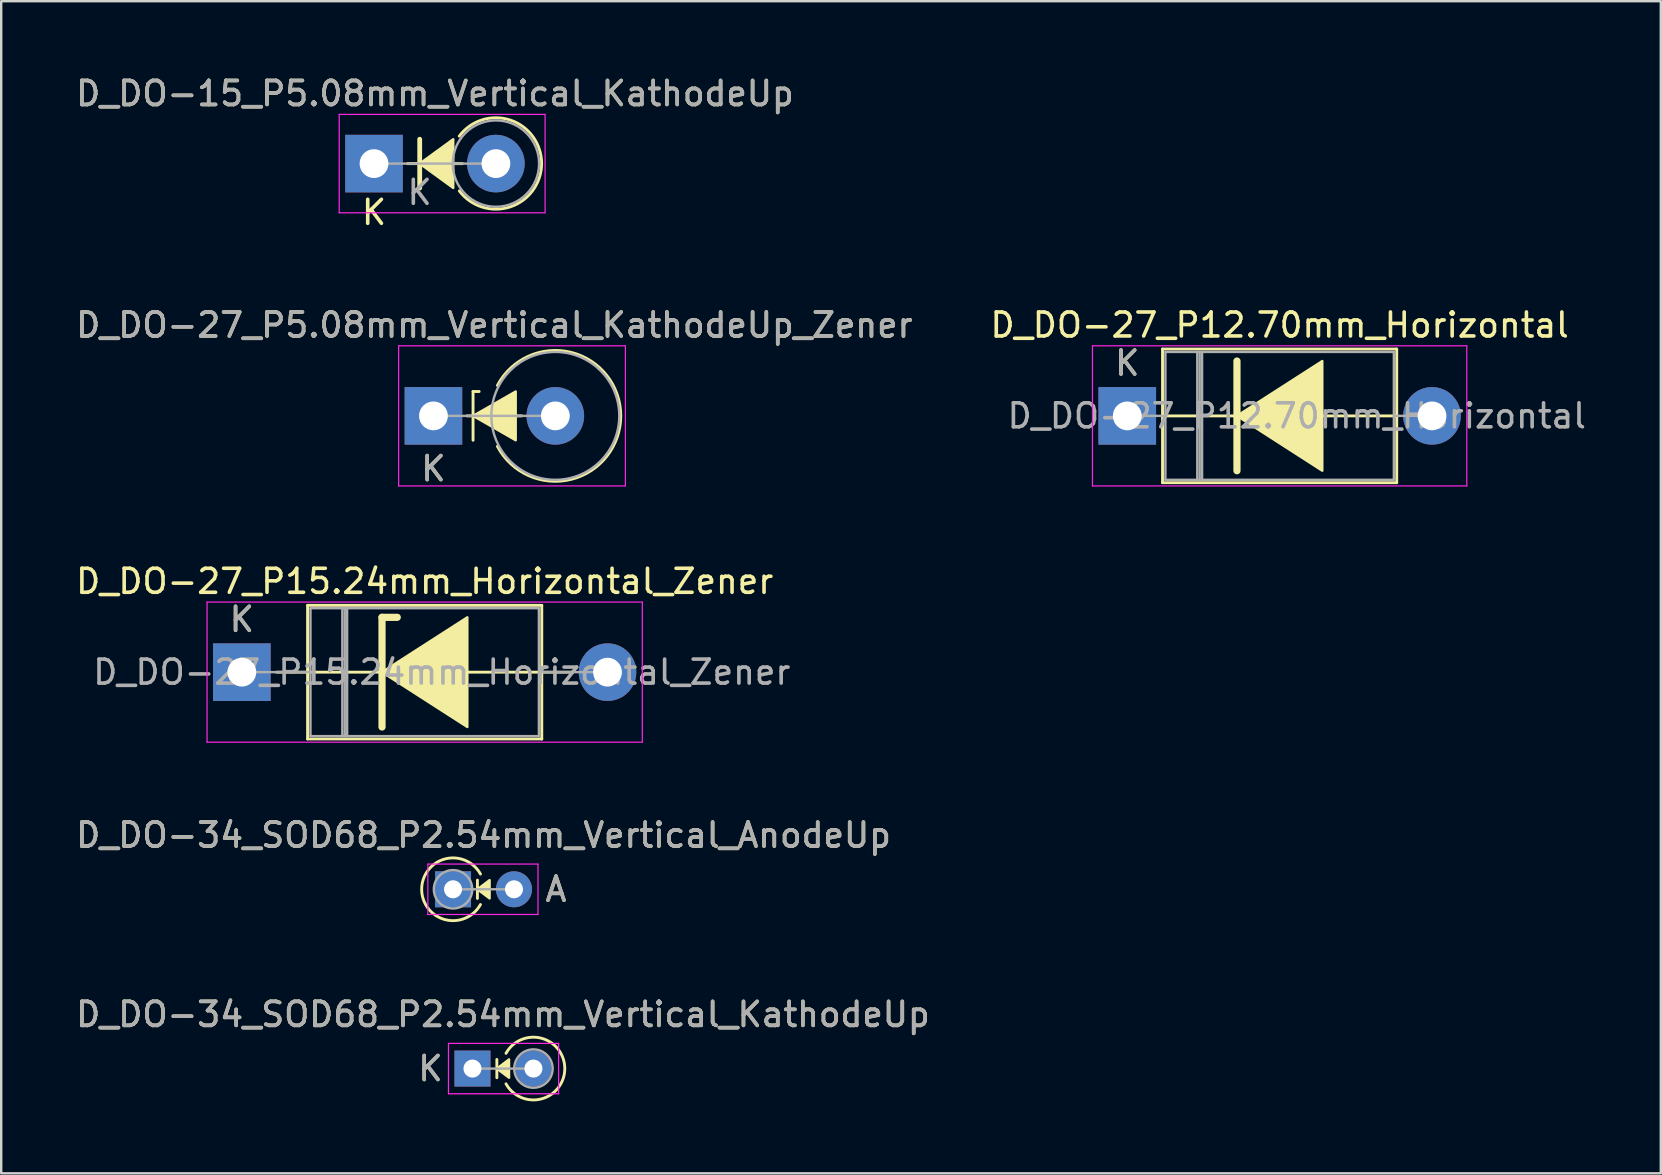
<source format=kicad_pcb>
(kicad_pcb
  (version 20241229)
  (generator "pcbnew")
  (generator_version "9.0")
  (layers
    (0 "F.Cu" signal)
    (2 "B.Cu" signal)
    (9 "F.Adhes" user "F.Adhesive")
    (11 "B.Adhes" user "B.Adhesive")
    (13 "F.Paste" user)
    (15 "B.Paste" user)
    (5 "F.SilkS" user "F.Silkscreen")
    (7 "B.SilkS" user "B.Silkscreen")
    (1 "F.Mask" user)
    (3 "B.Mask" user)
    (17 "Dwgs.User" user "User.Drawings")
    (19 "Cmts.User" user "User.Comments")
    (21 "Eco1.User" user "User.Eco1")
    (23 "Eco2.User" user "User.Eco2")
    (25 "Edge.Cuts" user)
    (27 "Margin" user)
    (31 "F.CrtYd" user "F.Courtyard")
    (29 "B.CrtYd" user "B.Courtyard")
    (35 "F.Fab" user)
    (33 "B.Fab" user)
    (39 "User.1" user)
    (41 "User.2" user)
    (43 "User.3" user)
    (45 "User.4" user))
  (footprint "D_DO-27_P5.08mm_Vertical_KathodeUp_Zener"
    (layer "F.Cu")
    (at 15.014 14.282)
    (property "Reference" "D_DO-27_P5.08mm_Vertical_KathodeUp_Zener" (at 2.54 -3.785 0) (layer "F.SilkS") (effects (font (size 1 1) (thickness 0.15))))
    (attr through_hole)
    (fp_line (start 1.397 0) (end 3.683 0) (stroke (width 0.12) (type solid)) (layer "F.SilkS"))
    (fp_line (start 1.651 -1.016) (end 1.651 1.016) (stroke (width 0.12) (type solid)) (layer "F.SilkS"))
    (fp_line (start 1.651 -1.016) (end 1.905 -1.016) (stroke (width 0.12) (type solid)) (layer "F.SilkS"))
    (fp_arc (start 2.667001 -1.27) (mid 7.806805 0) (end 2.667001 1.269999) (stroke (width 0.12) (type solid)) (layer "F.SilkS"))
    (fp_poly (pts (xy 3.429 1.016) (xy 1.651 0) (xy 3.429 -1.016)) (stroke (width 0.1) (type solid)) (fill yes) (layer "F.SilkS"))
    (fp_line (start -1.45 -2.92) (end -1.45 2.92) (stroke (width 0.05) (type solid)) (layer "F.CrtYd"))
    (fp_line (start -1.45 2.92) (end 8 2.92) (stroke (width 0.05) (type solid)) (layer "F.CrtYd"))
    (fp_line (start 8 -2.92) (end -1.45 -2.92) (stroke (width 0.05) (type solid)) (layer "F.CrtYd"))
    (fp_line (start 8 2.92) (end 8 -2.92) (stroke (width 0.05) (type solid)) (layer "F.CrtYd"))
    (fp_line (start 0 0) (end 5.08 0) (stroke (width 0.1) (type solid)) (layer "F.Fab"))
    (fp_circle (center 5.08 0) (end 7.745 0) (stroke (width 0.1) (type solid)) (fill no) (layer "F.Fab"))
    (fp_text user "K" (at 0 2.2 0) (layer "F.SilkS") (effects (font (size 1 1) (thickness 0.15))))
    (fp_text user "K" (at 0 2.2 0) (layer "F.Fab") (effects (font (size 1 1) (thickness 0.15))))
    (fp_text user "${REFERENCE}" (at 2.54 -3.785 0) (layer "F.Fab") (effects (font (size 1 1) (thickness 0.15))))
    (pad "1" thru_hole rect (at 0 0) (size 2.4 2.4) (drill 1.2) (layers "*.Cu" "*.Mask"))
    (pad "2" thru_hole oval (at 5.08 0) (size 2.4 2.4) (drill 1.2) (layers "*.Cu" "*.Mask")))
  (footprint "D_DO-27_P15.24mm_Horizontal_Zener"
    (layer "F.Cu")
    (at 7.029 24.963)
    (property "Reference" "D_DO-27_P15.24mm_Horizontal_Zener" (at 7.62 -3.785 0) (layer "F.SilkS") (effects (font (size 1 1) (thickness 0.15))))
    (attr through_hole)
    (fp_line (start 1.44 0) (end 2.74 0) (stroke (width 0.12) (type solid)) (layer "F.SilkS"))
    (fp_line (start 2.74 -2.785) (end 2.74 2.785) (stroke (width 0.12) (type solid)) (layer "F.SilkS"))
    (fp_line (start 2.74 2.785) (end 12.5 2.785) (stroke (width 0.12) (type solid)) (layer "F.SilkS"))
    (fp_line (start 5.842 -2.286) (end 5.842 2.286) (stroke (width 0.3) (type solid)) (layer "F.SilkS"))
    (fp_line (start 5.842 -2.286) (end 6.477 -2.286) (stroke (width 0.3) (type solid)) (layer "F.SilkS"))
    (fp_line (start 5.842 0) (end 2.74 0) (stroke (width 0.12) (type solid)) (layer "F.SilkS"))
    (fp_line (start 9.271 0) (end 12.5 0) (stroke (width 0.12) (type solid)) (layer "F.SilkS"))
    (fp_line (start 12.5 -2.785) (end 2.74 -2.785) (stroke (width 0.12) (type solid)) (layer "F.SilkS"))
    (fp_line (start 12.5 2.785) (end 12.5 -2.785) (stroke (width 0.12) (type solid)) (layer "F.SilkS"))
    (fp_line (start 13.8 0) (end 12.5 0) (stroke (width 0.12) (type solid)) (layer "F.SilkS"))
    (fp_poly (pts (xy 9.398 2.286) (xy 5.842 0) (xy 9.398 -2.286)) (stroke (width 0.1) (type solid)) (fill yes) (layer "F.SilkS"))
    (fp_line (start -1.45 -2.92) (end -1.45 2.92) (stroke (width 0.05) (type solid)) (layer "F.CrtYd"))
    (fp_line (start -1.45 2.92) (end 16.69 2.92) (stroke (width 0.05) (type solid)) (layer "F.CrtYd"))
    (fp_line (start 16.69 -2.92) (end -1.45 -2.92) (stroke (width 0.05) (type solid)) (layer "F.CrtYd"))
    (fp_line (start 16.69 2.92) (end 16.69 -2.92) (stroke (width 0.05) (type solid)) (layer "F.CrtYd"))
    (fp_line (start 0 0) (end 2.86 0) (stroke (width 0.1) (type solid)) (layer "F.Fab"))
    (fp_line (start 2.86 -2.665) (end 2.86 2.665) (stroke (width 0.1) (type solid)) (layer "F.Fab"))
    (fp_line (start 2.86 2.665) (end 12.38 2.665) (stroke (width 0.1) (type solid)) (layer "F.Fab"))
    (fp_line (start 4.188 -2.665) (end 4.188 2.665) (stroke (width 0.1) (type solid)) (layer "F.Fab"))
    (fp_line (start 4.288 -2.665) (end 4.288 2.665) (stroke (width 0.1) (type solid)) (layer "F.Fab"))
    (fp_line (start 4.388 -2.665) (end 4.388 2.665) (stroke (width 0.1) (type solid)) (layer "F.Fab"))
    (fp_line (start 12.38 -2.665) (end 2.86 -2.665) (stroke (width 0.1) (type solid)) (layer "F.Fab"))
    (fp_line (start 12.38 2.665) (end 12.38 -2.665) (stroke (width 0.1) (type solid)) (layer "F.Fab"))
    (fp_line (start 15.24 0) (end 12.38 0) (stroke (width 0.1) (type solid)) (layer "F.Fab"))
    (fp_text user "K" (at 0 -2.2 0) (layer "F.SilkS") (effects (font (size 1 1) (thickness 0.15))))
    (fp_text user "K" (at 0 -2.2 0) (layer "F.Fab") (effects (font (size 1 1) (thickness 0.15))))
    (fp_text user "${REFERENCE}" (at 8.334 0 0) (layer "F.Fab") (effects (font (size 1 1) (thickness 0.15))))
    (pad "1" thru_hole rect (at 0 0) (size 2.4 2.4) (drill 1.2) (layers "*.Cu" "*.Mask"))
    (pad "2" thru_hole oval (at 15.24 0) (size 2.4 2.4) (drill 1.2) (layers "*.Cu" "*.Mask")))
  (footprint "D_DO-34_SOD68_P2.54mm_Vertical_KathodeUp"
    (layer "F.Cu")
    (at 16.641 41.484)
    (property "Reference" "D_DO-34_SOD68_P2.54mm_Vertical_KathodeUp" (at 1.27 -2.256 0) (layer "F.SilkS") (effects (font (size 1 1) (thickness 0.15))))
    (attr through_hole)
    (fp_line (start 1.016 -0.381) (end 1.016 0.381) (stroke (width 0.12) (type solid)) (layer "F.SilkS"))
    (fp_arc (start 1.397 -0.635) (mid 3.847543 0) (end 1.397 0.634999) (stroke (width 0.12) (type solid)) (layer "F.SilkS"))
    (fp_poly (pts (xy 1.524 0.381) (xy 1.016 0) (xy 1.524 -0.381)) (stroke (width 0.1) (type solid)) (fill yes) (layer "F.SilkS"))
    (fp_line (start -1 -1.05) (end -1 1.05) (stroke (width 0.05) (type solid)) (layer "F.CrtYd"))
    (fp_line (start -1 1.05) (end 3.59 1.05) (stroke (width 0.05) (type solid)) (layer "F.CrtYd"))
    (fp_line (start 3.59 -1.05) (end -1 -1.05) (stroke (width 0.05) (type solid)) (layer "F.CrtYd"))
    (fp_line (start 3.59 1.05) (end 3.59 -1.05) (stroke (width 0.05) (type solid)) (layer "F.CrtYd"))
    (fp_line (start 0 0) (end 2.54 0) (stroke (width 0.1) (type solid)) (layer "F.Fab"))
    (fp_circle (center 2.54 0) (end 3.34 0) (stroke (width 0.1) (type solid)) (fill no) (layer "F.Fab"))
    (fp_text user "K" (at -1.75 0 0) (layer "F.SilkS") (effects (font (size 1 1) (thickness 0.15))))
    (fp_text user "K" (at -1.75 0 0) (layer "F.Fab") (effects (font (size 1 1) (thickness 0.15))))
    (fp_text user "${REFERENCE}" (at 1.27 -2.256 0) (layer "F.Fab") (effects (font (size 1 1) (thickness 0.15))))
    (pad "1" thru_hole rect (at 0 0) (size 1.5 1.5) (drill 0.75) (layers "*.Cu" "*.Mask"))
    (pad "2" thru_hole oval (at 2.54 0) (size 1.5 1.5) (drill 0.75) (layers "*.Cu" "*.Mask")))
  (footprint "D_DO-27_P12.70mm_Horizontal"
    (layer "F.Cu")
    (at 43.93 14.282)
    (property "Reference" "D_DO-27_P12.70mm_Horizontal" (at 6.35 -3.785 0) (layer "F.SilkS") (effects (font (size 1 1) (thickness 0.15))))
    (attr through_hole)
    (fp_line (start 1.44 0) (end 1.47 0) (stroke (width 0.12) (type solid)) (layer "F.SilkS"))
    (fp_line (start 1.47 -2.785) (end 1.47 2.785) (stroke (width 0.12) (type solid)) (layer "F.SilkS"))
    (fp_line (start 1.47 2.785) (end 11.23 2.785) (stroke (width 0.12) (type solid)) (layer "F.SilkS"))
    (fp_line (start 4.572 -2.286) (end 4.572 2.286) (stroke (width 0.3) (type solid)) (layer "F.SilkS"))
    (fp_line (start 4.572 0) (end 1.47 0) (stroke (width 0.12) (type solid)) (layer "F.SilkS"))
    (fp_line (start 8.001 0) (end 11.23 0) (stroke (width 0.12) (type solid)) (layer "F.SilkS"))
    (fp_line (start 11.23 -2.785) (end 1.47 -2.785) (stroke (width 0.12) (type solid)) (layer "F.SilkS"))
    (fp_line (start 11.23 2.785) (end 11.23 -2.785) (stroke (width 0.12) (type solid)) (layer "F.SilkS"))
    (fp_line (start 11.26 0) (end 11.23 0) (stroke (width 0.12) (type solid)) (layer "F.SilkS"))
    (fp_poly (pts (xy 8.128 2.286) (xy 4.572 0) (xy 8.128 -2.286)) (stroke (width 0.1) (type solid)) (fill yes) (layer "F.SilkS"))
    (fp_line (start -1.45 -2.92) (end -1.45 2.92) (stroke (width 0.05) (type solid)) (layer "F.CrtYd"))
    (fp_line (start -1.45 2.92) (end 14.15 2.92) (stroke (width 0.05) (type solid)) (layer "F.CrtYd"))
    (fp_line (start 14.15 -2.92) (end -1.45 -2.92) (stroke (width 0.05) (type solid)) (layer "F.CrtYd"))
    (fp_line (start 14.15 2.92) (end 14.15 -2.92) (stroke (width 0.05) (type solid)) (layer "F.CrtYd"))
    (fp_line (start 0 0) (end 1.59 0) (stroke (width 0.1) (type solid)) (layer "F.Fab"))
    (fp_line (start 1.59 -2.665) (end 1.59 2.665) (stroke (width 0.1) (type solid)) (layer "F.Fab"))
    (fp_line (start 1.59 2.665) (end 11.11 2.665) (stroke (width 0.1) (type solid)) (layer "F.Fab"))
    (fp_line (start 2.918 -2.665) (end 2.918 2.665) (stroke (width 0.1) (type solid)) (layer "F.Fab"))
    (fp_line (start 3.018 -2.665) (end 3.018 2.665) (stroke (width 0.1) (type solid)) (layer "F.Fab"))
    (fp_line (start 3.118 -2.665) (end 3.118 2.665) (stroke (width 0.1) (type solid)) (layer "F.Fab"))
    (fp_line (start 11.11 -2.665) (end 1.59 -2.665) (stroke (width 0.1) (type solid)) (layer "F.Fab"))
    (fp_line (start 11.11 2.665) (end 11.11 -2.665) (stroke (width 0.1) (type solid)) (layer "F.Fab"))
    (fp_line (start 12.7 0) (end 11.11 0) (stroke (width 0.1) (type solid)) (layer "F.Fab"))
    (fp_text user "K" (at 0 -2.2 0) (layer "F.SilkS") (effects (font (size 1 1) (thickness 0.15))))
    (fp_text user "${REFERENCE}" (at 7.064 0 0) (layer "F.Fab") (effects (font (size 1 1) (thickness 0.15))))
    (fp_text user "K" (at 0 -2.2 0) (layer "F.Fab") (effects (font (size 1 1) (thickness 0.15))))
    (pad "1" thru_hole rect (at 0 0) (size 2.4 2.4) (drill 1.2) (layers "*.Cu" "*.Mask"))
    (pad "2" thru_hole oval (at 12.7 0) (size 2.4 2.4) (drill 1.2) (layers "*.Cu" "*.Mask")))
  (footprint "D_DO-15_P5.08mm_Vertical_KathodeUp"
    (layer "F.Cu")
    (at 12.537 3.768)
    (property "Reference" "D_DO-15_P5.08mm_Vertical_KathodeUp" (at 2.54 -2.92 0) (layer "F.SilkS") (effects (font (size 1 1) (thickness 0.15))))
    (attr through_hole)
    (fp_line (start 1.397 0) (end 2.413 0) (stroke (width 0.12) (type solid)) (layer "F.SilkS"))
    (fp_line (start 1.905 -1.016) (end 1.905 1.016) (stroke (width 0.2) (type solid)) (layer "F.SilkS"))
    (fp_line (start 1.92 0) (end 3.683 0) (stroke (width 0.12) (type solid)) (layer "F.SilkS"))
    (fp_arc (start 3.553011 -1.144726) (mid 6.984999 -0.008217) (end 3.556 1.137278) (stroke (width 0.12) (type solid)) (layer "F.SilkS"))
    (fp_poly (pts (xy 3.302 1.016) (xy 1.905 0) (xy 3.302 -1.016)) (stroke (width 0.1) (type solid)) (fill yes) (layer "F.SilkS"))
    (fp_line (start -1.45 -2.05) (end -1.45 2.05) (stroke (width 0.05) (type solid)) (layer "F.CrtYd"))
    (fp_line (start -1.45 2.05) (end 7.13 2.05) (stroke (width 0.05) (type solid)) (layer "F.CrtYd"))
    (fp_line (start 7.13 -2.05) (end -1.45 -2.05) (stroke (width 0.05) (type solid)) (layer "F.CrtYd"))
    (fp_line (start 7.13 2.05) (end 7.13 -2.05) (stroke (width 0.05) (type solid)) (layer "F.CrtYd"))
    (fp_line (start 0 0) (end 5.08 0) (stroke (width 0.1) (type solid)) (layer "F.Fab"))
    (fp_circle (center 5.08 0) (end 6.88 0) (stroke (width 0.1) (type solid)) (fill no) (layer "F.Fab"))
    (fp_text user "K" (at 0 2.032 0) (layer "F.SilkS") (effects (font (size 1 1) (thickness 0.15))))
    (fp_text user "${REFERENCE}" (at 2.54 -2.92 0) (layer "F.Fab") (effects (font (size 1 1) (thickness 0.15))))
    (fp_text user "K" (at 1.9 1.2 0) (layer "F.Fab") (effects (font (size 1 1) (thickness 0.15))))
    (pad "1" thru_hole rect (at 0 0) (size 2.4 2.4) (drill 1.2) (layers "*.Cu" "*.Mask"))
    (pad "2" thru_hole oval (at 5.08 0) (size 2.4 2.4) (drill 1.2) (layers "*.Cu" "*.Mask")))
  (footprint "D_DO-34_SOD68_P2.54mm_Vertical_AnodeUp"
    (layer "F.Cu")
    (at 15.831 34.012)
    (property "Reference" "D_DO-34_SOD68_P2.54mm_Vertical_AnodeUp" (at 1.27 -2.256 0) (layer "F.SilkS") (effects (font (size 1 1) (thickness 0.15))))
    (attr through_hole)
    (fp_line (start 1.016 -0.381) (end 1.016 0.381) (stroke (width 0.12) (type solid)) (layer "F.SilkS"))
    (fp_arc (start 1.142999 0.635) (mid -1.307544 0) (end 1.142999 -0.634999) (stroke (width 0.12) (type solid)) (layer "F.SilkS"))
    (fp_poly (pts (xy 1.524 0.381) (xy 1.016 0) (xy 1.524 -0.381)) (stroke (width 0.1) (type solid)) (fill yes) (layer "F.SilkS"))
    (fp_line (start -1.05 -1.05) (end -1.05 1.05) (stroke (width 0.05) (type solid)) (layer "F.CrtYd"))
    (fp_line (start -1.05 1.05) (end 3.54 1.05) (stroke (width 0.05) (type solid)) (layer "F.CrtYd"))
    (fp_line (start 3.54 -1.05) (end -1.05 -1.05) (stroke (width 0.05) (type solid)) (layer "F.CrtYd"))
    (fp_line (start 3.54 1.05) (end 3.54 -1.05) (stroke (width 0.05) (type solid)) (layer "F.CrtYd"))
    (fp_line (start 0 0) (end 2.54 0) (stroke (width 0.1) (type solid)) (layer "F.Fab"))
    (fp_circle (center 0 0) (end 0.8 0) (stroke (width 0.1) (type solid)) (fill no) (layer "F.Fab"))
    (fp_text user "A" (at 4.29 0 0) (layer "F.SilkS") (effects (font (size 1 1) (thickness 0.15))))
    (fp_text user "${REFERENCE}" (at 1.27 -2.256 0) (layer "F.Fab") (effects (font (size 1 1) (thickness 0.15))))
    (fp_text user "A" (at 4.29 0 0) (layer "F.Fab") (effects (font (size 1 1) (thickness 0.15))))
    (pad "1" thru_hole rect (at 0 0) (size 1.5 1.5) (drill 0.75) (layers "*.Cu" "*.Mask"))
    (pad "2" thru_hole oval (at 2.54 0) (size 1.5 1.5) (drill 0.75) (layers "*.Cu" "*.Mask")))
  (gr_rect
    (start -3 -3)
    (end 66.166 45.851)
    (stroke (width 0.1) (type default))
    (fill no)
    (layer "Edge.Cuts")))
</source>
